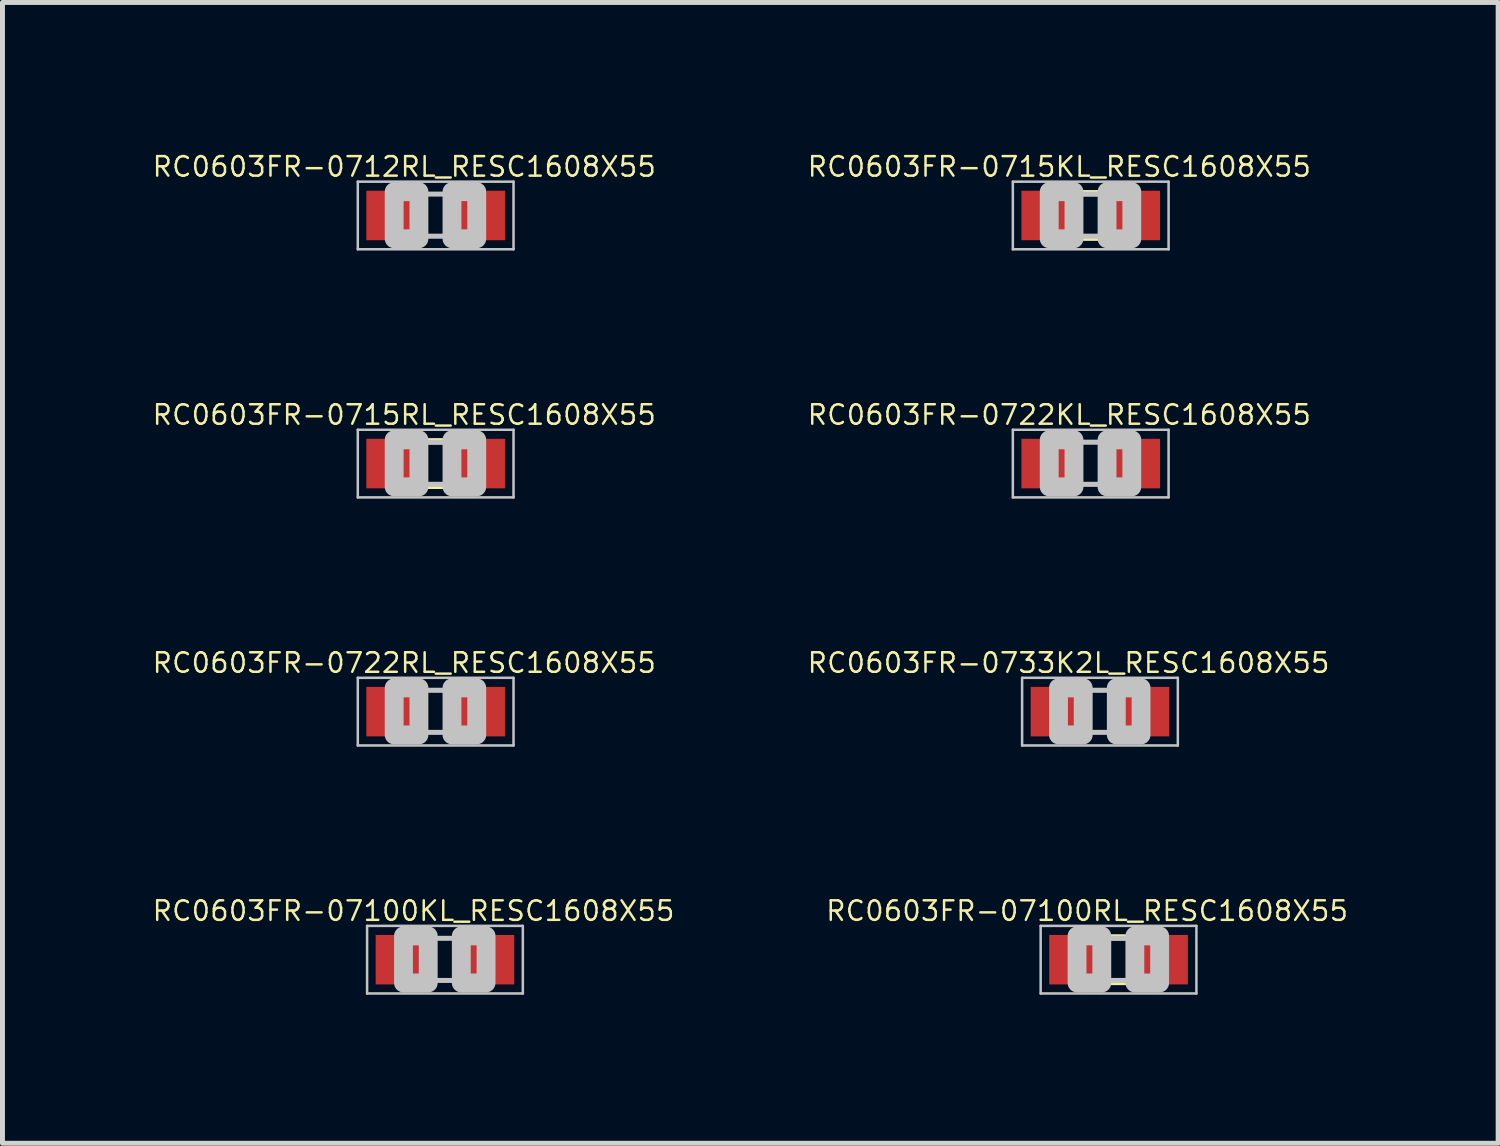
<source format=kicad_pcb>
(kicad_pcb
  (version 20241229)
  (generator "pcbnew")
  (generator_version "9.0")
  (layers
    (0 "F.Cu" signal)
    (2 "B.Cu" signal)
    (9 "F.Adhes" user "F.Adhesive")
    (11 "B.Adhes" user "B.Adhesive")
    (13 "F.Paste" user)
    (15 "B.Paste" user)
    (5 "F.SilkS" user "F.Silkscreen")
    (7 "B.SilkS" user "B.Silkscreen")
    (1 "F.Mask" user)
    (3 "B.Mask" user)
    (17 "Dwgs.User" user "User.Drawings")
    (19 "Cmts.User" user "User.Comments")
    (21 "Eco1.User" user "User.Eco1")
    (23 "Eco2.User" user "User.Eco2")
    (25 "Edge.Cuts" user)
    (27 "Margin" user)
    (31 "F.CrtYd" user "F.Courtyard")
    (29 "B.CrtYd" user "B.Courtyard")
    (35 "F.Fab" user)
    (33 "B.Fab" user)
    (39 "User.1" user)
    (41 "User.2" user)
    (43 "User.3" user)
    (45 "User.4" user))
  (footprint "RC0603FR-07100KL_RESC1608X55"
    (layer "F.Cu")
    (at 5.939 16.337)
    (property "Reference" "RC0603FR-07100KL_RESC1608X55" (at -0.635 -0.985 0) (layer "F.SilkS") (effects (font (size 0.394 0.394) (thickness 0.05))))
    (attr smd)
    (fp_line (start -1.573 -0.683) (end 1.573 -0.683) (stroke (width 0.051) (type solid)) (layer "Dwgs.User"))
    (fp_line (start -1.573 0.683) (end -1.573 -0.683) (stroke (width 0.051) (type solid)) (layer "Dwgs.User"))
    (fp_line (start -0.356 -0.432) (end 0.356 -0.432) (stroke (width 0.102) (type solid)) (layer "Dwgs.User"))
    (fp_line (start -0.356 0.419) (end 0.356 0.419) (stroke (width 0.102) (type solid)) (layer "Dwgs.User"))
    (fp_line (start 1.573 -0.683) (end 1.573 0.683) (stroke (width 0.051) (type solid)) (layer "Dwgs.User"))
    (fp_line (start 1.573 0.683) (end -1.573 0.683) (stroke (width 0.051) (type solid)) (layer "Dwgs.User"))
    (fp_poly (pts (xy -0.838 -0.48) (xy -0.338 -0.48) (xy -0.338 0.47) (xy -0.838 0.47)) (stroke (width 0.381) (type solid)) (fill no) (layer "Dwgs.User"))
    (fp_poly (pts (xy 0.33 -0.48) (xy 0.83 -0.48) (xy 0.83 0.47) (xy 0.33 0.47)) (stroke (width 0.381) (type solid)) (fill no) (layer "Dwgs.User"))
    (pad "1" smd rect (at -0.85 0) (size 1.1 1) (layers "F.Cu" "F.Mask" "F.Paste"))
    (pad "2" smd rect (at 0.85 0) (size 1.1 1) (layers "F.Cu" "F.Mask" "F.Paste")))
  (footprint "RC0603FR-07100RL_RESC1608X55"
    (layer "F.Cu")
    (at 19.546 16.337)
    (property "Reference" "RC0603FR-07100RL_RESC1608X55" (at -0.635 -0.985 0) (layer "F.SilkS") (effects (font (size 0.394 0.394) (thickness 0.05))))
    (attr smd)
    (fp_line (start -0.15 -0.45) (end 0.15 -0.45) (stroke (width 0.127) (type solid)) (layer "F.SilkS"))
    (fp_line (start -0.15 0.45) (end 0.15 0.45) (stroke (width 0.127) (type solid)) (layer "F.SilkS"))
    (fp_line (start -1.573 -0.683) (end 1.573 -0.683) (stroke (width 0.051) (type solid)) (layer "Dwgs.User"))
    (fp_line (start -1.573 0.683) (end -1.573 -0.683) (stroke (width 0.051) (type solid)) (layer "Dwgs.User"))
    (fp_line (start -0.356 -0.432) (end 0.356 -0.432) (stroke (width 0.102) (type solid)) (layer "Dwgs.User"))
    (fp_line (start -0.356 0.419) (end 0.356 0.419) (stroke (width 0.102) (type solid)) (layer "Dwgs.User"))
    (fp_line (start 1.573 -0.683) (end 1.573 0.683) (stroke (width 0.051) (type solid)) (layer "Dwgs.User"))
    (fp_line (start 1.573 0.683) (end -1.573 0.683) (stroke (width 0.051) (type solid)) (layer "Dwgs.User"))
    (fp_poly (pts (xy -0.838 -0.48) (xy -0.338 -0.48) (xy -0.338 0.47) (xy -0.838 0.47)) (stroke (width 0.381) (type solid)) (fill no) (layer "Dwgs.User"))
    (fp_poly (pts (xy 0.33 -0.48) (xy 0.83 -0.48) (xy 0.83 0.47) (xy 0.33 0.47)) (stroke (width 0.381) (type solid)) (fill no) (layer "Dwgs.User"))
    (pad "1" smd rect (at -0.85 0) (size 1.1 1) (layers "F.Cu" "F.Mask" "F.Paste"))
    (pad "2" smd rect (at 0.85 0) (size 1.1 1) (layers "F.Cu" "F.Mask" "F.Paste")))
  (footprint "RC0603FR-0722KL_RESC1608X55"
    (layer "F.Cu")
    (at 18.984 6.315)
    (property "Reference" "RC0603FR-0722KL_RESC1608X55" (at -0.635 -0.985 0) (layer "F.SilkS") (effects (font (size 0.394 0.394) (thickness 0.05))))
    (attr smd)
    (fp_line (start -1.573 -0.683) (end 1.573 -0.683) (stroke (width 0.051) (type solid)) (layer "Dwgs.User"))
    (fp_line (start -1.573 0.683) (end -1.573 -0.683) (stroke (width 0.051) (type solid)) (layer "Dwgs.User"))
    (fp_line (start -0.356 -0.432) (end 0.356 -0.432) (stroke (width 0.102) (type solid)) (layer "Dwgs.User"))
    (fp_line (start -0.356 0.419) (end 0.356 0.419) (stroke (width 0.102) (type solid)) (layer "Dwgs.User"))
    (fp_line (start 1.573 -0.683) (end 1.573 0.683) (stroke (width 0.051) (type solid)) (layer "Dwgs.User"))
    (fp_line (start 1.573 0.683) (end -1.573 0.683) (stroke (width 0.051) (type solid)) (layer "Dwgs.User"))
    (fp_poly (pts (xy -0.838 -0.48) (xy -0.338 -0.48) (xy -0.338 0.47) (xy -0.838 0.47)) (stroke (width 0.381) (type solid)) (fill no) (layer "Dwgs.User"))
    (fp_poly (pts (xy 0.33 -0.48) (xy 0.83 -0.48) (xy 0.83 0.47) (xy 0.33 0.47)) (stroke (width 0.381) (type solid)) (fill no) (layer "Dwgs.User"))
    (pad "1" smd rect (at -0.85 0) (size 1.1 1) (layers "F.Cu" "F.Mask" "F.Paste"))
    (pad "2" smd rect (at 0.85 0) (size 1.1 1) (layers "F.Cu" "F.Mask" "F.Paste")))
  (footprint "RC0603FR-0715RL_RESC1608X55"
    (layer "F.Cu")
    (at 5.751 6.315)
    (property "Reference" "RC0603FR-0715RL_RESC1608X55" (at -0.635 -0.985 0) (layer "F.SilkS") (effects (font (size 0.394 0.394) (thickness 0.05))))
    (attr smd)
    (fp_line (start -0.15 -0.45) (end 0.15 -0.45) (stroke (width 0.127) (type solid)) (layer "F.SilkS"))
    (fp_line (start -0.15 0.45) (end 0.15 0.45) (stroke (width 0.127) (type solid)) (layer "F.SilkS"))
    (fp_line (start -1.573 -0.683) (end 1.573 -0.683) (stroke (width 0.051) (type solid)) (layer "Dwgs.User"))
    (fp_line (start -1.573 0.683) (end -1.573 -0.683) (stroke (width 0.051) (type solid)) (layer "Dwgs.User"))
    (fp_line (start -0.356 -0.432) (end 0.356 -0.432) (stroke (width 0.102) (type solid)) (layer "Dwgs.User"))
    (fp_line (start -0.356 0.419) (end 0.356 0.419) (stroke (width 0.102) (type solid)) (layer "Dwgs.User"))
    (fp_line (start 1.573 -0.683) (end 1.573 0.683) (stroke (width 0.051) (type solid)) (layer "Dwgs.User"))
    (fp_line (start 1.573 0.683) (end -1.573 0.683) (stroke (width 0.051) (type solid)) (layer "Dwgs.User"))
    (fp_poly (pts (xy -0.838 -0.48) (xy -0.338 -0.48) (xy -0.338 0.47) (xy -0.838 0.47)) (stroke (width 0.381) (type solid)) (fill no) (layer "Dwgs.User"))
    (fp_poly (pts (xy 0.33 -0.48) (xy 0.83 -0.48) (xy 0.83 0.47) (xy 0.33 0.47)) (stroke (width 0.381) (type solid)) (fill no) (layer "Dwgs.User"))
    (pad "1" smd rect (at -0.85 0) (size 1.1 1) (layers "F.Cu" "F.Mask" "F.Paste"))
    (pad "2" smd rect (at 0.85 0) (size 1.1 1) (layers "F.Cu" "F.Mask" "F.Paste")))
  (footprint "RC0603FR-0722RL_RESC1608X55"
    (layer "F.Cu")
    (at 5.751 11.326)
    (property "Reference" "RC0603FR-0722RL_RESC1608X55" (at -0.635 -0.985 0) (layer "F.SilkS") (effects (font (size 0.394 0.394) (thickness 0.05))))
    (attr smd)
    (fp_line (start -1.573 -0.683) (end 1.573 -0.683) (stroke (width 0.051) (type solid)) (layer "Dwgs.User"))
    (fp_line (start -1.573 0.683) (end -1.573 -0.683) (stroke (width 0.051) (type solid)) (layer "Dwgs.User"))
    (fp_line (start -0.356 -0.432) (end 0.356 -0.432) (stroke (width 0.102) (type solid)) (layer "Dwgs.User"))
    (fp_line (start -0.356 0.419) (end 0.356 0.419) (stroke (width 0.102) (type solid)) (layer "Dwgs.User"))
    (fp_line (start 1.573 -0.683) (end 1.573 0.683) (stroke (width 0.051) (type solid)) (layer "Dwgs.User"))
    (fp_line (start 1.573 0.683) (end -1.573 0.683) (stroke (width 0.051) (type solid)) (layer "Dwgs.User"))
    (fp_poly (pts (xy -0.838 -0.48) (xy -0.338 -0.48) (xy -0.338 0.47) (xy -0.838 0.47)) (stroke (width 0.381) (type solid)) (fill no) (layer "Dwgs.User"))
    (fp_poly (pts (xy 0.33 -0.48) (xy 0.83 -0.48) (xy 0.83 0.47) (xy 0.33 0.47)) (stroke (width 0.381) (type solid)) (fill no) (layer "Dwgs.User"))
    (pad "1" smd rect (at -0.85 0) (size 1.1 1) (layers "F.Cu" "F.Mask" "F.Paste"))
    (pad "2" smd rect (at 0.85 0) (size 1.1 1) (layers "F.Cu" "F.Mask" "F.Paste")))
  (footprint "RC0603FR-0712RL_RESC1608X55"
    (layer "F.Cu")
    (at 5.751 1.303)
    (property "Reference" "RC0603FR-0712RL_RESC1608X55" (at -0.635 -0.985 0) (layer "F.SilkS") (effects (font (size 0.394 0.394) (thickness 0.05))))
    (attr smd)
    (fp_line (start -1.573 -0.683) (end 1.573 -0.683) (stroke (width 0.051) (type solid)) (layer "Dwgs.User"))
    (fp_line (start -1.573 0.683) (end -1.573 -0.683) (stroke (width 0.051) (type solid)) (layer "Dwgs.User"))
    (fp_line (start -0.356 -0.432) (end 0.356 -0.432) (stroke (width 0.102) (type solid)) (layer "Dwgs.User"))
    (fp_line (start -0.356 0.419) (end 0.356 0.419) (stroke (width 0.102) (type solid)) (layer "Dwgs.User"))
    (fp_line (start 1.573 -0.683) (end 1.573 0.683) (stroke (width 0.051) (type solid)) (layer "Dwgs.User"))
    (fp_line (start 1.573 0.683) (end -1.573 0.683) (stroke (width 0.051) (type solid)) (layer "Dwgs.User"))
    (fp_poly (pts (xy -0.838 -0.48) (xy -0.338 -0.48) (xy -0.338 0.47) (xy -0.838 0.47)) (stroke (width 0.381) (type solid)) (fill no) (layer "Dwgs.User"))
    (fp_poly (pts (xy 0.33 -0.48) (xy 0.83 -0.48) (xy 0.83 0.47) (xy 0.33 0.47)) (stroke (width 0.381) (type solid)) (fill no) (layer "Dwgs.User"))
    (pad "1" smd rect (at -0.85 0) (size 1.1 1) (layers "F.Cu" "F.Mask" "F.Paste"))
    (pad "2" smd rect (at 0.85 0) (size 1.1 1) (layers "F.Cu" "F.Mask" "F.Paste")))
  (footprint "RC0603FR-0733K2L_RESC1608X55"
    (layer "F.Cu")
    (at 19.171 11.326)
    (property "Reference" "RC0603FR-0733K2L_RESC1608X55" (at -0.635 -0.985 0) (layer "F.SilkS") (effects (font (size 0.394 0.394) (thickness 0.05))))
    (attr smd)
    (fp_line (start -1.573 -0.683) (end 1.573 -0.683) (stroke (width 0.051) (type solid)) (layer "Dwgs.User"))
    (fp_line (start -1.573 0.683) (end -1.573 -0.683) (stroke (width 0.051) (type solid)) (layer "Dwgs.User"))
    (fp_line (start -0.356 -0.432) (end 0.356 -0.432) (stroke (width 0.102) (type solid)) (layer "Dwgs.User"))
    (fp_line (start -0.356 0.419) (end 0.356 0.419) (stroke (width 0.102) (type solid)) (layer "Dwgs.User"))
    (fp_line (start 1.573 -0.683) (end 1.573 0.683) (stroke (width 0.051) (type solid)) (layer "Dwgs.User"))
    (fp_line (start 1.573 0.683) (end -1.573 0.683) (stroke (width 0.051) (type solid)) (layer "Dwgs.User"))
    (fp_poly (pts (xy -0.838 -0.48) (xy -0.338 -0.48) (xy -0.338 0.47) (xy -0.838 0.47)) (stroke (width 0.381) (type solid)) (fill no) (layer "Dwgs.User"))
    (fp_poly (pts (xy 0.33 -0.48) (xy 0.83 -0.48) (xy 0.83 0.47) (xy 0.33 0.47)) (stroke (width 0.381) (type solid)) (fill no) (layer "Dwgs.User"))
    (pad "1" smd rect (at -0.85 0) (size 1.1 1) (layers "F.Cu" "F.Mask" "F.Paste"))
    (pad "2" smd rect (at 0.85 0) (size 1.1 1) (layers "F.Cu" "F.Mask" "F.Paste")))
  (footprint "RC0603FR-0715KL_RESC1608X55"
    (layer "F.Cu")
    (at 18.984 1.303)
    (property "Reference" "RC0603FR-0715KL_RESC1608X55" (at -0.635 -0.985 0) (layer "F.SilkS") (effects (font (size 0.394 0.394) (thickness 0.05))))
    (attr smd)
    (fp_line (start -0.15 -0.45) (end 0.15 -0.45) (stroke (width 0.127) (type solid)) (layer "F.SilkS"))
    (fp_line (start -0.15 0.45) (end 0.15 0.45) (stroke (width 0.127) (type solid)) (layer "F.SilkS"))
    (fp_line (start -1.573 -0.683) (end 1.573 -0.683) (stroke (width 0.051) (type solid)) (layer "Dwgs.User"))
    (fp_line (start -1.573 0.683) (end -1.573 -0.683) (stroke (width 0.051) (type solid)) (layer "Dwgs.User"))
    (fp_line (start -0.356 -0.432) (end 0.356 -0.432) (stroke (width 0.102) (type solid)) (layer "Dwgs.User"))
    (fp_line (start -0.356 0.419) (end 0.356 0.419) (stroke (width 0.102) (type solid)) (layer "Dwgs.User"))
    (fp_line (start 1.573 -0.683) (end 1.573 0.683) (stroke (width 0.051) (type solid)) (layer "Dwgs.User"))
    (fp_line (start 1.573 0.683) (end -1.573 0.683) (stroke (width 0.051) (type solid)) (layer "Dwgs.User"))
    (fp_poly (pts (xy -0.838 -0.48) (xy -0.338 -0.48) (xy -0.338 0.47) (xy -0.838 0.47)) (stroke (width 0.381) (type solid)) (fill no) (layer "Dwgs.User"))
    (fp_poly (pts (xy 0.33 -0.48) (xy 0.83 -0.48) (xy 0.83 0.47) (xy 0.33 0.47)) (stroke (width 0.381) (type solid)) (fill no) (layer "Dwgs.User"))
    (pad "1" smd rect (at -0.85 0) (size 1.1 1) (layers "F.Cu" "F.Mask" "F.Paste"))
    (pad "2" smd rect (at 0.85 0) (size 1.1 1) (layers "F.Cu" "F.Mask" "F.Paste")))
  (gr_rect
    (start -3 -3)
    (end 27.215 20.046)
    (stroke (width 0.1) (type default))
    (fill no)
    (layer "Edge.Cuts")))
</source>
